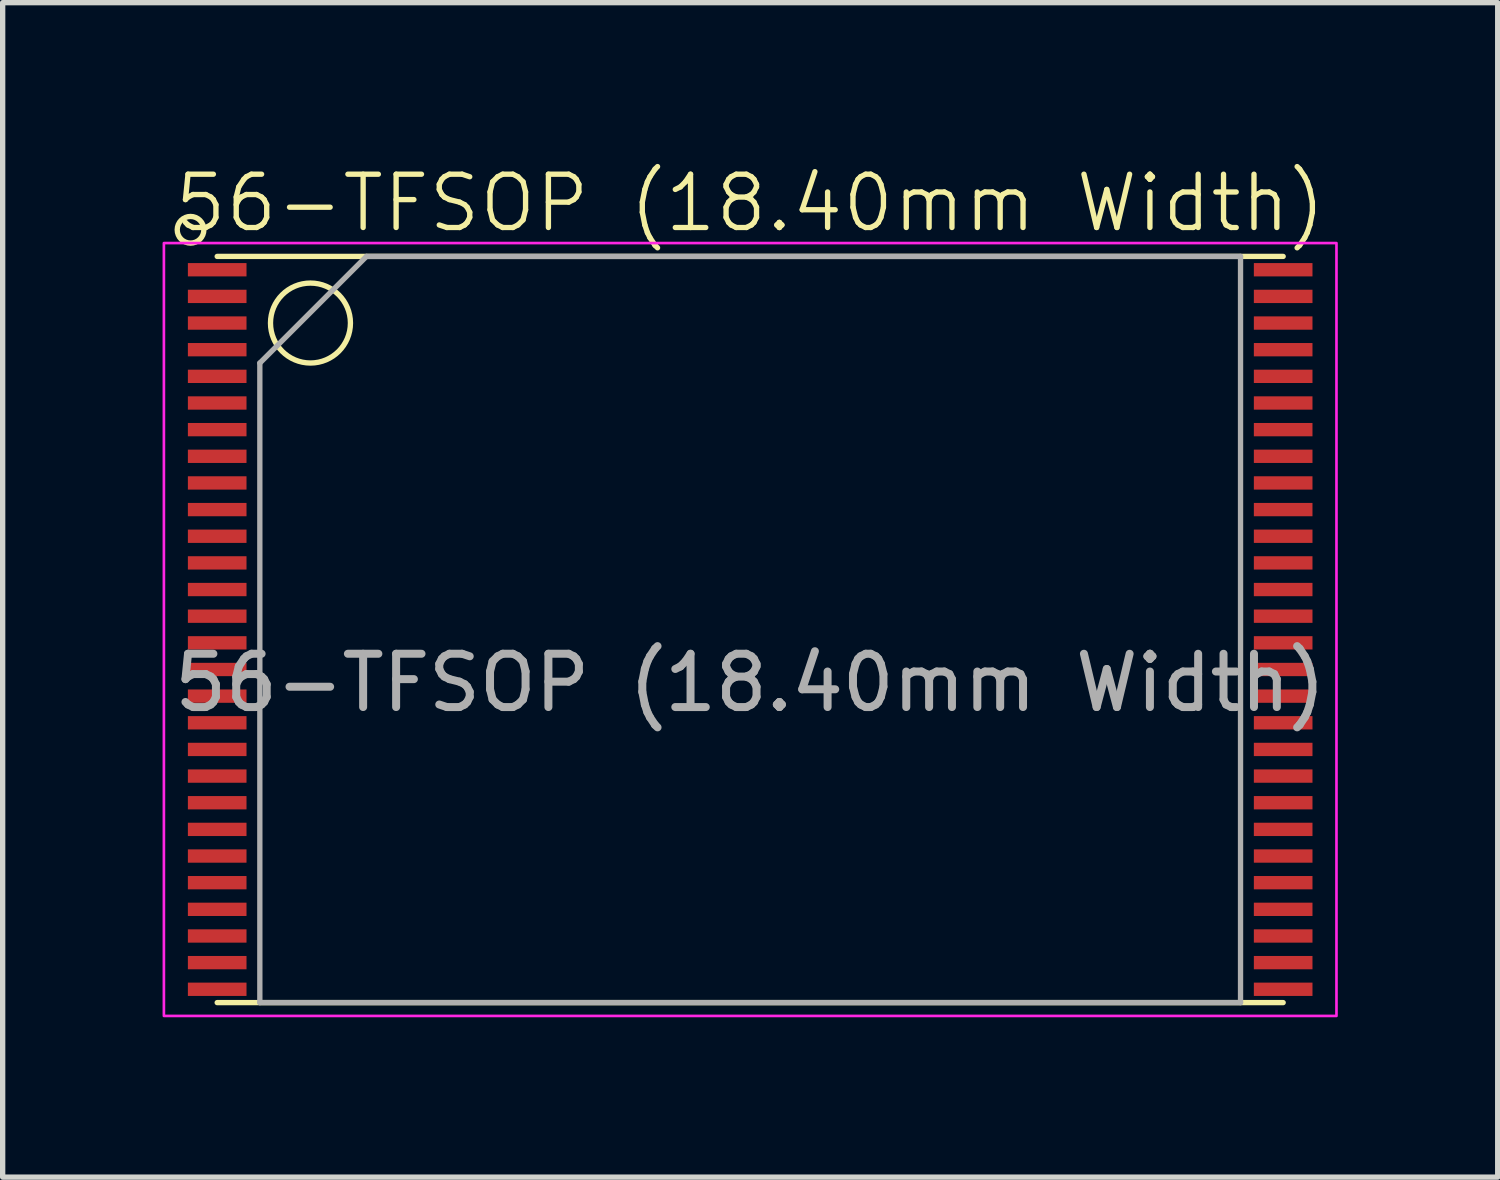
<source format=kicad_pcb>
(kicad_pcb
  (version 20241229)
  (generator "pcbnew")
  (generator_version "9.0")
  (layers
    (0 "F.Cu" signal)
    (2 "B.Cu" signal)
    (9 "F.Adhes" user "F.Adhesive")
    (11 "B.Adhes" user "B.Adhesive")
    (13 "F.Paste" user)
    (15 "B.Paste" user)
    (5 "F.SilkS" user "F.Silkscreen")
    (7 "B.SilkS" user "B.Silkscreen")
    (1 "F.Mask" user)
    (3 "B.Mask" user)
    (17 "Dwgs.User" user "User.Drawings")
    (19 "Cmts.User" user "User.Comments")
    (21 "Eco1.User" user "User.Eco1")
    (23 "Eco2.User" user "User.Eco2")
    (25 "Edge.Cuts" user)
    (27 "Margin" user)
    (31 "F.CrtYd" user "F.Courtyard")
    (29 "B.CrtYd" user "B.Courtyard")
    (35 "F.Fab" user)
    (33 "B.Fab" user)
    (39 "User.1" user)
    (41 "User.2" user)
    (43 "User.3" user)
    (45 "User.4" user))
  (footprint "56-TFSOP (18.40mm Width)"
    (layer "F.Cu")
    (at 11.025 8.761)
    (property "Reference" "56-TFSOP (18.40mm Width)" (at 0 -8 0) (unlocked yes) (layer "F.SilkS") (effects (font (size 1 1) (thickness 0.1))))
    (attr smd)
    (fp_line (start -10 -7) (end 10 -7) (stroke (width 0.1) (type default)) (layer "F.SilkS"))
    (fp_line (start -10 7) (end 10 7) (stroke (width 0.1) (type default)) (layer "F.SilkS"))
    (fp_circle (center -10.5 -7.5) (end -10.5 -7.75) (stroke (width 0.1) (type default)) (fill no) (layer "F.SilkS"))
    (fp_circle (center -8.25 -5.75) (end -8.25 -6.5) (stroke (width 0.1) (type default)) (fill no) (layer "F.SilkS"))
    (fp_rect (start -11 -7.25) (end 11 7.25) (stroke (width 0.05) (type default)) (fill no) (layer "F.CrtYd"))
    (fp_line (start -9.2 -5) (end -7.2 -7) (stroke (width 0.1) (type default)) (layer "F.Fab"))
    (fp_line (start -9.2 7) (end -9.2 -5) (stroke (width 0.1) (type default)) (layer "F.Fab"))
    (fp_line (start -7.2 -7) (end 9.2 -7) (stroke (width 0.1) (type default)) (layer "F.Fab"))
    (fp_line (start 9.2 -7) (end 9.2 7) (stroke (width 0.1) (type default)) (layer "F.Fab"))
    (fp_line (start 9.2 7) (end -9.2 7) (stroke (width 0.1) (type default)) (layer "F.Fab"))
    (fp_text user "${REFERENCE}" (at 0 1 0) (unlocked yes) (layer "F.Fab") (effects (font (size 1 1) (thickness 0.15))))
    (pad "1" smd rect (at -10 -6.75) (size 1.1 0.25) (layers "F.Cu" "F.Mask" "F.Paste"))
    (pad "2" smd rect (at -10 -6.25) (size 1.1 0.25) (layers "F.Cu" "F.Mask" "F.Paste"))
    (pad "3" smd rect (at -10 -5.75) (size 1.1 0.25) (layers "F.Cu" "F.Mask" "F.Paste"))
    (pad "4" smd rect (at -10 -5.25) (size 1.1 0.25) (layers "F.Cu" "F.Mask" "F.Paste"))
    (pad "5" smd rect (at -10 -4.75) (size 1.1 0.25) (layers "F.Cu" "F.Mask" "F.Paste"))
    (pad "6" smd rect (at -10 -4.25) (size 1.1 0.25) (layers "F.Cu" "F.Mask" "F.Paste"))
    (pad "7" smd rect (at -10 -3.75) (size 1.1 0.25) (layers "F.Cu" "F.Mask" "F.Paste"))
    (pad "8" smd rect (at -10 -3.25) (size 1.1 0.25) (layers "F.Cu" "F.Mask" "F.Paste"))
    (pad "9" smd rect (at -10 -2.75) (size 1.1 0.25) (layers "F.Cu" "F.Mask" "F.Paste"))
    (pad "10" smd rect (at -10 -2.25) (size 1.1 0.25) (layers "F.Cu" "F.Mask" "F.Paste"))
    (pad "11" smd rect (at -10 -1.75) (size 1.1 0.25) (layers "F.Cu" "F.Mask" "F.Paste"))
    (pad "12" smd rect (at -10 -1.25) (size 1.1 0.25) (layers "F.Cu" "F.Mask" "F.Paste"))
    (pad "13" smd rect (at -10 -0.75) (size 1.1 0.25) (layers "F.Cu" "F.Mask" "F.Paste"))
    (pad "14" smd rect (at -10 -0.25) (size 1.1 0.25) (layers "F.Cu" "F.Mask" "F.Paste"))
    (pad "15" smd rect (at -10 0.25) (size 1.1 0.25) (layers "F.Cu" "F.Mask" "F.Paste"))
    (pad "16" smd rect (at -10 0.75) (size 1.1 0.25) (layers "F.Cu" "F.Mask" "F.Paste"))
    (pad "17" smd rect (at -10 1.25) (size 1.1 0.25) (layers "F.Cu" "F.Mask" "F.Paste"))
    (pad "18" smd rect (at -10 1.75) (size 1.1 0.25) (layers "F.Cu" "F.Mask" "F.Paste"))
    (pad "19" smd rect (at -10 2.25) (size 1.1 0.25) (layers "F.Cu" "F.Mask" "F.Paste"))
    (pad "20" smd rect (at -10 2.75) (size 1.1 0.25) (layers "F.Cu" "F.Mask" "F.Paste"))
    (pad "21" smd rect (at -10 3.25) (size 1.1 0.25) (layers "F.Cu" "F.Mask" "F.Paste"))
    (pad "22" smd rect (at -10 3.75) (size 1.1 0.25) (layers "F.Cu" "F.Mask" "F.Paste"))
    (pad "23" smd rect (at -10 4.25) (size 1.1 0.25) (layers "F.Cu" "F.Mask" "F.Paste"))
    (pad "24" smd rect (at -10 4.75) (size 1.1 0.25) (layers "F.Cu" "F.Mask" "F.Paste"))
    (pad "25" smd rect (at -10 5.25) (size 1.1 0.25) (layers "F.Cu" "F.Mask" "F.Paste"))
    (pad "26" smd rect (at -10 5.75) (size 1.1 0.25) (layers "F.Cu" "F.Mask" "F.Paste"))
    (pad "27" smd rect (at -10 6.25) (size 1.1 0.25) (layers "F.Cu" "F.Mask" "F.Paste"))
    (pad "28" smd rect (at -10 6.75) (size 1.1 0.25) (layers "F.Cu" "F.Mask" "F.Paste"))
    (pad "29" smd rect (at 10 6.75) (size 1.1 0.25) (layers "F.Cu" "F.Mask" "F.Paste"))
    (pad "30" smd rect (at 10 6.25) (size 1.1 0.25) (layers "F.Cu" "F.Mask" "F.Paste"))
    (pad "31" smd rect (at 10 5.75) (size 1.1 0.25) (layers "F.Cu" "F.Mask" "F.Paste"))
    (pad "32" smd rect (at 10 5.25) (size 1.1 0.25) (layers "F.Cu" "F.Mask" "F.Paste"))
    (pad "33" smd rect (at 10 4.75) (size 1.1 0.25) (layers "F.Cu" "F.Mask" "F.Paste"))
    (pad "34" smd rect (at 10 4.25) (size 1.1 0.25) (layers "F.Cu" "F.Mask" "F.Paste"))
    (pad "35" smd rect (at 10 3.75) (size 1.1 0.25) (layers "F.Cu" "F.Mask" "F.Paste"))
    (pad "36" smd rect (at 10 3.25) (size 1.1 0.25) (layers "F.Cu" "F.Mask" "F.Paste"))
    (pad "37" smd rect (at 10 2.75) (size 1.1 0.25) (layers "F.Cu" "F.Mask" "F.Paste"))
    (pad "38" smd rect (at 10 2.25) (size 1.1 0.25) (layers "F.Cu" "F.Mask" "F.Paste"))
    (pad "39" smd rect (at 10 1.75) (size 1.1 0.25) (layers "F.Cu" "F.Mask" "F.Paste"))
    (pad "40" smd rect (at 10 1.25) (size 1.1 0.25) (layers "F.Cu" "F.Mask" "F.Paste"))
    (pad "41" smd rect (at 10 0.75) (size 1.1 0.25) (layers "F.Cu" "F.Mask" "F.Paste"))
    (pad "42" smd rect (at 10 0.25) (size 1.1 0.25) (layers "F.Cu" "F.Mask" "F.Paste"))
    (pad "43" smd rect (at 10 -0.25) (size 1.1 0.25) (layers "F.Cu" "F.Mask" "F.Paste"))
    (pad "44" smd rect (at 10 -0.75) (size 1.1 0.25) (layers "F.Cu" "F.Mask" "F.Paste"))
    (pad "45" smd rect (at 10 -1.25) (size 1.1 0.25) (layers "F.Cu" "F.Mask" "F.Paste"))
    (pad "46" smd rect (at 10 -1.75) (size 1.1 0.25) (layers "F.Cu" "F.Mask" "F.Paste"))
    (pad "47" smd rect (at 10 -2.25) (size 1.1 0.25) (layers "F.Cu" "F.Mask" "F.Paste"))
    (pad "48" smd rect (at 10 -2.75) (size 1.1 0.25) (layers "F.Cu" "F.Mask" "F.Paste"))
    (pad "49" smd rect (at 10 -3.25) (size 1.1 0.25) (layers "F.Cu" "F.Mask" "F.Paste"))
    (pad "50" smd rect (at 10 -3.75) (size 1.1 0.25) (layers "F.Cu" "F.Mask" "F.Paste"))
    (pad "51" smd rect (at 10 -4.25) (size 1.1 0.25) (layers "F.Cu" "F.Mask" "F.Paste"))
    (pad "52" smd rect (at 10 -4.75) (size 1.1 0.25) (layers "F.Cu" "F.Mask" "F.Paste"))
    (pad "53" smd rect (at 10 -5.25) (size 1.1 0.25) (layers "F.Cu" "F.Mask" "F.Paste"))
    (pad "54" smd rect (at 10 -5.75) (size 1.1 0.25) (layers "F.Cu" "F.Mask" "F.Paste"))
    (pad "55" smd rect (at 10 -6.25) (size 1.1 0.25) (layers "F.Cu" "F.Mask" "F.Paste"))
    (pad "56" smd rect (at 10 -6.75) (size 1.1 0.25) (layers "F.Cu" "F.Mask" "F.Paste")))
  (gr_rect
    (start -3 -3)
    (end 25.05 19.035)
    (stroke (width 0.1) (type default))
    (fill no)
    (layer "Edge.Cuts")))
</source>
